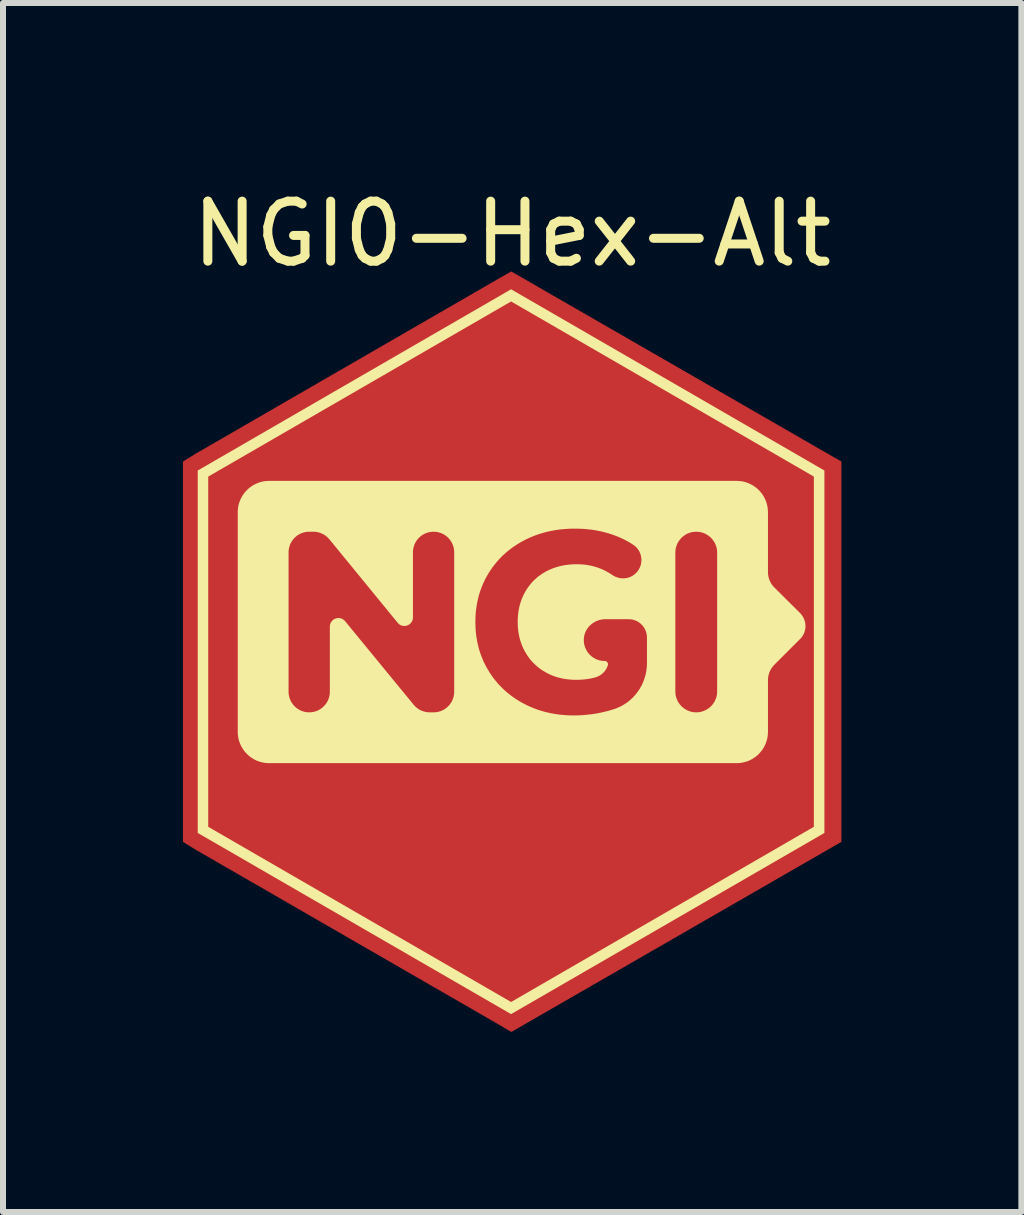
<source format=kicad_pcb>
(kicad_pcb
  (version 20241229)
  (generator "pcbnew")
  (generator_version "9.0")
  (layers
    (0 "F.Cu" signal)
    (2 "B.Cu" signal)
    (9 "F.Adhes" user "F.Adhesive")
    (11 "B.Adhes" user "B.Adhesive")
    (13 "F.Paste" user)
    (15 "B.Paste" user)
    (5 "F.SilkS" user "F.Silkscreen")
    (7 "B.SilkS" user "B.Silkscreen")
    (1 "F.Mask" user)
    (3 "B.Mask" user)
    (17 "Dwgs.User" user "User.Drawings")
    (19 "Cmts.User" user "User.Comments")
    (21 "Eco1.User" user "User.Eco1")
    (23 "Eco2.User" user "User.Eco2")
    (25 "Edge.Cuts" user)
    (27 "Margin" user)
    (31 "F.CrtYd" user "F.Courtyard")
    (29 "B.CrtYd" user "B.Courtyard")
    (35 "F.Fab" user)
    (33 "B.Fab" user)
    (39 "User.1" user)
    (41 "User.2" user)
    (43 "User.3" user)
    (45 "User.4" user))
  (footprint "NGI0-Hex-Alt"
    (layer "F.Cu")
    (at 5.486 7.848)
    (property "Reference" "NGI0-Hex-Alt" (at 0 -7 0) (unlocked yes) (layer "F.SilkS") (effects (font (size 1 1) (thickness 0.15))))
    (fp_poly (pts (xy 0.214 -6.242) (xy 5.258 -3.337) (xy 5.489 -3.205) (xy 5.489 3.135) (xy 5.259 3.267) (xy 0.215 6.172) (xy -0.012 6.303) (xy -0.236 6.172) (xy -5.272 3.267) (xy -5.486 3.135) (xy -5.486 -3.205) (xy -5.272 -3.337) (xy -0.244 -6.242) (xy -0.015 -6.373)) (stroke (width -0.000001) (type solid)) (fill yes) (layer "F.Cu"))
    (fp_poly (pts (xy -2 2.7) (xy -2.587 3.41) (xy -1.983 3.41) (xy -1.983 3.623) (xy -2.936 3.623) (xy -2.936 3.452) (xy -2.349 2.742) (xy -2.919 2.742) (xy -2.919 2.529) (xy -2 2.529)) (stroke (width -0.000001) (type solid)) (fill yes) (layer "F.Mask"))
    (fp_poly (pts (xy -0.496 2.742) (xy -0.975 2.742) (xy -0.975 2.946) (xy -0.525 2.946) (xy -0.525 3.159) (xy -0.975 3.159) (xy -0.975 3.41) (xy -0.48 3.41) (xy -0.48 3.623) (xy -1.257 3.623) (xy -1.257 2.529) (xy -0.496 2.529)) (stroke (width -0.000001) (type solid)) (fill yes) (layer "F.Mask"))
    (fp_poly (pts (xy 0.747 2.53) (xy 0.772 2.53) (xy 0.797 2.532) (xy 0.821 2.534) (xy 0.844 2.536) (xy 0.866 2.54) (xy 0.887 2.543) (xy 0.907 2.547) (xy 0.927 2.552) (xy 0.945 2.558) (xy 0.963 2.564) (xy 0.979 2.57) (xy 0.995 2.577) (xy 1.01 2.585) (xy 1.024 2.593) (xy 1.037 2.602) (xy 1.043 2.606) (xy 1.049 2.611) (xy 1.055 2.616) (xy 1.06 2.621) (xy 1.066 2.627) (xy 1.071 2.632) (xy 1.076 2.638) (xy 1.081 2.643) (xy 1.085 2.649) (xy 1.09 2.655) (xy 1.094 2.662) (xy 1.098 2.668) (xy 1.102 2.675) (xy 1.106 2.681) (xy 1.112 2.695) (xy 1.118 2.71) (xy 1.123 2.725) (xy 1.128 2.741) (xy 1.131 2.758) (xy 1.134 2.775) (xy 1.136 2.793) (xy 1.137 2.812) (xy 1.138 2.831) (xy 1.137 2.844) (xy 1.137 2.858) (xy 1.136 2.87) (xy 1.134 2.883) (xy 1.132 2.895) (xy 1.13 2.907) (xy 1.128 2.919) (xy 1.124 2.93) (xy 1.121 2.941) (xy 1.117 2.951) (xy 1.113 2.962) (xy 1.108 2.972) (xy 1.103 2.982) (xy 1.097 2.991) (xy 1.091 3) (xy 1.085 3.009) (xy 1.078 3.018) (xy 1.071 3.026) (xy 1.064 3.034) (xy 1.056 3.042) (xy 1.047 3.049) (xy 1.038 3.056) (xy 1.029 3.063) (xy 1.02 3.069) (xy 1.009 3.076) (xy 0.999 3.082) (xy 0.988 3.087) (xy 0.977 3.093) (xy 0.965 3.098) (xy 0.953 3.103) (xy 0.94 3.107) (xy 0.927 3.112) (xy 0.935 3.113) (xy 0.942 3.115) (xy 0.949 3.118) (xy 0.956 3.12) (xy 0.962 3.123) (xy 0.969 3.126) (xy 0.976 3.13) (xy 0.982 3.133) (xy 0.989 3.137) (xy 0.995 3.141) (xy 1.001 3.146) (xy 1.007 3.15) (xy 1.013 3.155) (xy 1.019 3.16) (xy 1.025 3.166) (xy 1.031 3.172) (xy 1.036 3.178) (xy 1.042 3.184) (xy 1.048 3.191) (xy 1.054 3.198) (xy 1.06 3.205) (xy 1.065 3.213) (xy 1.071 3.221) (xy 1.077 3.23) (xy 1.083 3.239) (xy 1.089 3.248) (xy 1.094 3.258) (xy 1.1 3.268) (xy 1.106 3.279) (xy 1.112 3.289) (xy 1.118 3.301) (xy 1.124 3.312) (xy 1.277 3.623) (xy 0.976 3.623) (xy 0.843 3.351) (xy 0.838 3.341) (xy 0.833 3.331) (xy 0.828 3.322) (xy 0.823 3.313) (xy 0.818 3.305) (xy 0.813 3.297) (xy 0.808 3.289) (xy 0.803 3.282) (xy 0.797 3.275) (xy 0.792 3.269) (xy 0.787 3.263) (xy 0.782 3.257) (xy 0.777 3.252) (xy 0.772 3.247) (xy 0.766 3.243) (xy 0.761 3.239) (xy 0.756 3.235) (xy 0.75 3.232) (xy 0.745 3.229) (xy 0.739 3.226) (xy 0.733 3.223) (xy 0.726 3.221) (xy 0.72 3.219) (xy 0.713 3.217) (xy 0.706 3.215) (xy 0.699 3.213) (xy 0.692 3.212) (xy 0.684 3.211) (xy 0.676 3.21) (xy 0.668 3.209) (xy 0.66 3.209) (xy 0.651 3.209) (xy 0.571 3.209) (xy 0.571 3.623) (xy 0.289 3.623) (xy 0.289 3.014) (xy 0.571 3.014) (xy 0.69 3.014) (xy 0.701 3.014) (xy 0.711 3.014) (xy 0.722 3.013) (xy 0.731 3.012) (xy 0.741 3.011) (xy 0.749 3.01) (xy 0.758 3.008) (xy 0.766 3.006) (xy 0.774 3.004) (xy 0.781 3.001) (xy 0.788 2.999) (xy 0.795 2.996) (xy 0.801 2.992) (xy 0.807 2.989) (xy 0.812 2.985) (xy 0.817 2.981) (xy 0.822 2.977) (xy 0.826 2.972) (xy 0.83 2.967) (xy 0.834 2.962) (xy 0.837 2.956) (xy 0.84 2.951) (xy 0.843 2.944) (xy 0.846 2.938) (xy 0.848 2.931) (xy 0.85 2.923) (xy 0.852 2.916) (xy 0.853 2.908) (xy 0.854 2.9) (xy 0.855 2.891) (xy 0.855 2.882) (xy 0.856 2.873) (xy 0.855 2.864) (xy 0.855 2.855) (xy 0.854 2.846) (xy 0.853 2.838) (xy 0.852 2.83) (xy 0.85 2.823) (xy 0.848 2.816) (xy 0.846 2.809) (xy 0.843 2.802) (xy 0.84 2.796) (xy 0.837 2.79) (xy 0.834 2.785) (xy 0.83 2.779) (xy 0.826 2.775) (xy 0.822 2.77) (xy 0.817 2.766) (xy 0.812 2.762) (xy 0.807 2.758) (xy 0.801 2.755) (xy 0.795 2.752) (xy 0.788 2.749) (xy 0.781 2.746) (xy 0.774 2.744) (xy 0.766 2.742) (xy 0.758 2.74) (xy 0.749 2.738) (xy 0.741 2.737) (xy 0.731 2.736) (xy 0.722 2.735) (xy 0.711 2.734) (xy 0.701 2.734) (xy 0.69 2.734) (xy 0.571 2.734) (xy 0.571 3.014) (xy 0.289 3.014) (xy 0.289 2.529) (xy 0.72 2.529)) (stroke (width -0.000001) (type solid)) (fill yes) (layer "F.Mask"))
    (fp_poly (pts (xy 2.497 2.51) (xy 2.529 2.512) (xy 2.56 2.515) (xy 2.589 2.519) (xy 2.618 2.524) (xy 2.646 2.531) (xy 2.674 2.538) (xy 2.7 2.547) (xy 2.725 2.557) (xy 2.75 2.569) (xy 2.773 2.581) (xy 2.796 2.594) (xy 2.818 2.609) (xy 2.839 2.625) (xy 2.859 2.642) (xy 2.878 2.66) (xy 2.896 2.68) (xy 2.913 2.7) (xy 2.929 2.721) (xy 2.943 2.743) (xy 2.957 2.766) (xy 2.969 2.79) (xy 2.98 2.814) (xy 2.99 2.84) (xy 2.999 2.867) (xy 3.006 2.894) (xy 3.013 2.922) (xy 3.018 2.951) (xy 3.022 2.982) (xy 3.025 3.013) (xy 3.027 3.044) (xy 3.027 3.077) (xy 3.027 3.11) (xy 3.025 3.142) (xy 3.022 3.173) (xy 3.018 3.203) (xy 3.013 3.232) (xy 3.006 3.26) (xy 2.999 3.287) (xy 2.99 3.314) (xy 2.98 3.339) (xy 2.969 3.364) (xy 2.957 3.388) (xy 2.943 3.411) (xy 2.929 3.433) (xy 2.913 3.454) (xy 2.896 3.474) (xy 2.878 3.493) (xy 2.859 3.511) (xy 2.839 3.529) (xy 2.818 3.544) (xy 2.796 3.559) (xy 2.773 3.573) (xy 2.75 3.585) (xy 2.725 3.596) (xy 2.7 3.606) (xy 2.674 3.615) (xy 2.646 3.623) (xy 2.618 3.629) (xy 2.589 3.635) (xy 2.56 3.639) (xy 2.529 3.642) (xy 2.497 3.643) (xy 2.465 3.644) (xy 2.432 3.643) (xy 2.401 3.642) (xy 2.37 3.639) (xy 2.34 3.635) (xy 2.311 3.629) (xy 2.283 3.623) (xy 2.256 3.615) (xy 2.23 3.606) (xy 2.205 3.596) (xy 2.18 3.585) (xy 2.157 3.573) (xy 2.134 3.559) (xy 2.112 3.544) (xy 2.091 3.529) (xy 2.071 3.511) (xy 2.052 3.493) (xy 2.034 3.474) (xy 2.017 3.454) (xy 2.001 3.433) (xy 1.986 3.411) (xy 1.973 3.388) (xy 1.961 3.364) (xy 1.95 3.339) (xy 1.94 3.314) (xy 1.931 3.287) (xy 1.923 3.26) (xy 1.917 3.232) (xy 1.912 3.203) (xy 1.907 3.173) (xy 1.905 3.142) (xy 1.903 3.11) (xy 1.902 3.077) (xy 2.194 3.077) (xy 2.194 3.098) (xy 2.195 3.119) (xy 2.196 3.139) (xy 2.198 3.158) (xy 2.201 3.177) (xy 2.204 3.195) (xy 2.207 3.213) (xy 2.212 3.23) (xy 2.216 3.246) (xy 2.221 3.262) (xy 2.227 3.277) (xy 2.234 3.292) (xy 2.241 3.306) (xy 2.248 3.32) (xy 2.256 3.332) (xy 2.265 3.345) (xy 2.274 3.356) (xy 2.283 3.367) (xy 2.293 3.377) (xy 2.304 3.386) (xy 2.315 3.395) (xy 2.326 3.403) (xy 2.338 3.41) (xy 2.35 3.416) (xy 2.363 3.422) (xy 2.376 3.426) (xy 2.39 3.43) (xy 2.404 3.434) (xy 2.418 3.436) (xy 2.433 3.438) (xy 2.449 3.439) (xy 2.465 3.44) (xy 2.481 3.439) (xy 2.496 3.438) (xy 2.511 3.436) (xy 2.526 3.434) (xy 2.54 3.43) (xy 2.554 3.426) (xy 2.567 3.422) (xy 2.58 3.416) (xy 2.592 3.41) (xy 2.604 3.403) (xy 2.615 3.395) (xy 2.626 3.386) (xy 2.637 3.377) (xy 2.647 3.367) (xy 2.656 3.356) (xy 2.665 3.345) (xy 2.674 3.332) (xy 2.682 3.32) (xy 2.69 3.306) (xy 2.696 3.292) (xy 2.703 3.277) (xy 2.709 3.262) (xy 2.714 3.246) (xy 2.719 3.23) (xy 2.723 3.213) (xy 2.726 3.195) (xy 2.73 3.177) (xy 2.732 3.158) (xy 2.734 3.139) (xy 2.735 3.119) (xy 2.736 3.098) (xy 2.736 3.077) (xy 2.736 3.056) (xy 2.735 3.035) (xy 2.734 3.015) (xy 2.732 2.996) (xy 2.73 2.977) (xy 2.726 2.958) (xy 2.723 2.941) (xy 2.719 2.924) (xy 2.714 2.907) (xy 2.709 2.891) (xy 2.703 2.876) (xy 2.696 2.862) (xy 2.69 2.848) (xy 2.682 2.834) (xy 2.674 2.821) (xy 2.665 2.809) (xy 2.656 2.798) (xy 2.647 2.787) (xy 2.637 2.777) (xy 2.626 2.767) (xy 2.615 2.759) (xy 2.604 2.751) (xy 2.592 2.744) (xy 2.58 2.738) (xy 2.567 2.732) (xy 2.554 2.727) (xy 2.54 2.723) (xy 2.526 2.72) (xy 2.511 2.717) (xy 2.496 2.715) (xy 2.481 2.714) (xy 2.465 2.714) (xy 2.449 2.714) (xy 2.433 2.715) (xy 2.418 2.717) (xy 2.404 2.72) (xy 2.39 2.723) (xy 2.376 2.727) (xy 2.363 2.732) (xy 2.35 2.738) (xy 2.338 2.744) (xy 2.326 2.751) (xy 2.315 2.759) (xy 2.304 2.767) (xy 2.293 2.777) (xy 2.283 2.787) (xy 2.274 2.798) (xy 2.265 2.809) (xy 2.256 2.821) (xy 2.248 2.834) (xy 2.241 2.848) (xy 2.234 2.862) (xy 2.227 2.876) (xy 2.221 2.891) (xy 2.216 2.907) (xy 2.212 2.924) (xy 2.207 2.941) (xy 2.204 2.958) (xy 2.201 2.977) (xy 2.198 2.996) (xy 2.196 3.015) (xy 2.195 3.035) (xy 2.194 3.056) (xy 2.194 3.077) (xy 1.902 3.077) (xy 1.903 3.044) (xy 1.905 3.013) (xy 1.907 2.982) (xy 1.912 2.951) (xy 1.917 2.922) (xy 1.923 2.894) (xy 1.931 2.867) (xy 1.94 2.84) (xy 1.95 2.814) (xy 1.961 2.79) (xy 1.973 2.766) (xy 1.986 2.743) (xy 2.001 2.721) (xy 2.017 2.7) (xy 2.034 2.68) (xy 2.052 2.66) (xy 2.071 2.642) (xy 2.091 2.625) (xy 2.112 2.609) (xy 2.134 2.594) (xy 2.157 2.581) (xy 2.18 2.569) (xy 2.205 2.557) (xy 2.23 2.547) (xy 2.256 2.538) (xy 2.283 2.531) (xy 2.311 2.524) (xy 2.34 2.519) (xy 2.37 2.515) (xy 2.401 2.512) (xy 2.432 2.51) (xy 2.465 2.51)) (stroke (width -0.000001) (type solid)) (fill yes) (layer "F.Mask"))
    (fp_poly (pts (xy 5.206 -3.055) (xy 5.206 2.986) (xy -0.017 6.006) (xy -5.24 2.986) (xy -5.24 -2.954) (xy -5.065 -2.954) (xy -5.065 2.884) (xy -0.017 5.804) (xy 5.03 2.884) (xy 5.03 -2.954) (xy -0.017 -5.873) (xy -5.065 -2.954) (xy -5.24 -2.954) (xy -5.24 -3.055) (xy -0.017 -6.076)) (stroke (width -0.000001) (type solid)) (fill yes) (layer "F.SilkS"))
    (fp_poly (pts (xy 3.77 -2.881) (xy 3.796 -2.879) (xy 3.822 -2.876) (xy 3.848 -2.872) (xy 3.873 -2.866) (xy 3.898 -2.859) (xy 3.922 -2.85) (xy 3.946 -2.841) (xy 3.969 -2.83) (xy 3.991 -2.819) (xy 4.013 -2.806) (xy 4.034 -2.793) (xy 4.055 -2.778) (xy 4.075 -2.763) (xy 4.094 -2.746) (xy 4.112 -2.729) (xy 4.129 -2.711) (xy 4.145 -2.692) (xy 4.161 -2.672) (xy 4.176 -2.652) (xy 4.189 -2.63) (xy 4.202 -2.608) (xy 4.213 -2.586) (xy 4.224 -2.563) (xy 4.233 -2.539) (xy 4.241 -2.515) (xy 4.249 -2.49) (xy 4.254 -2.465) (xy 4.259 -2.439) (xy 4.262 -2.413) (xy 4.264 -2.387) (xy 4.265 -2.36) (xy 4.265 -1.361) (xy 4.265 -1.343) (xy 4.267 -1.325) (xy 4.269 -1.308) (xy 4.272 -1.29) (xy 4.276 -1.273) (xy 4.281 -1.256) (xy 4.286 -1.239) (xy 4.293 -1.223) (xy 4.3 -1.207) (xy 4.308 -1.191) (xy 4.316 -1.175) (xy 4.326 -1.16) (xy 4.336 -1.146) (xy 4.347 -1.132) (xy 4.359 -1.118) (xy 4.371 -1.106) (xy 4.799 -0.68) (xy 4.81 -0.668) (xy 4.821 -0.656) (xy 4.83 -0.644) (xy 4.839 -0.632) (xy 4.847 -0.619) (xy 4.854 -0.605) (xy 4.861 -0.592) (xy 4.867 -0.578) (xy 4.872 -0.564) (xy 4.877 -0.55) (xy 4.881 -0.536) (xy 4.884 -0.521) (xy 4.887 -0.507) (xy 4.888 -0.492) (xy 4.89 -0.478) (xy 4.89 -0.463) (xy 4.89 -0.448) (xy 4.889 -0.433) (xy 4.887 -0.419) (xy 4.884 -0.404) (xy 4.881 -0.39) (xy 4.877 -0.375) (xy 4.873 -0.361) (xy 4.868 -0.347) (xy 4.862 -0.334) (xy 4.855 -0.32) (xy 4.848 -0.307) (xy 4.839 -0.294) (xy 4.831 -0.281) (xy 4.821 -0.269) (xy 4.811 -0.257) (xy 4.8 -0.246) (xy 4.37 0.184) (xy 4.358 0.197) (xy 4.347 0.21) (xy 4.336 0.224) (xy 4.325 0.239) (xy 4.316 0.254) (xy 4.307 0.269) (xy 4.3 0.285) (xy 4.292 0.301) (xy 4.286 0.317) (xy 4.281 0.334) (xy 4.276 0.351) (xy 4.272 0.368) (xy 4.269 0.385) (xy 4.267 0.403) (xy 4.265 0.421) (xy 4.265 0.439) (xy 4.265 1.301) (xy 4.264 1.328) (xy 4.262 1.354) (xy 4.259 1.38) (xy 4.254 1.406) (xy 4.249 1.431) (xy 4.241 1.456) (xy 4.233 1.48) (xy 4.224 1.504) (xy 4.213 1.527) (xy 4.202 1.549) (xy 4.189 1.571) (xy 4.176 1.592) (xy 4.161 1.613) (xy 4.145 1.632) (xy 4.129 1.651) (xy 4.112 1.67) (xy 4.094 1.687) (xy 4.075 1.703) (xy 4.055 1.719) (xy 4.034 1.733) (xy 4.013 1.747) (xy 3.991 1.76) (xy 3.969 1.771) (xy 3.946 1.782) (xy 3.922 1.791) (xy 3.898 1.799) (xy 3.873 1.806) (xy 3.848 1.812) (xy 3.822 1.817) (xy 3.796 1.82) (xy 3.77 1.822) (xy 3.743 1.823) (xy -4.051 1.823) (xy -4.078 1.822) (xy -4.104 1.82) (xy -4.13 1.817) (xy -4.156 1.812) (xy -4.181 1.806) (xy -4.206 1.799) (xy -4.23 1.791) (xy -4.254 1.782) (xy -4.277 1.771) (xy -4.3 1.76) (xy -4.321 1.747) (xy -4.343 1.733) (xy -4.363 1.719) (xy -4.383 1.703) (xy -4.402 1.687) (xy -4.42 1.67) (xy -4.437 1.651) (xy -4.454 1.632) (xy -4.469 1.613) (xy -4.484 1.592) (xy -4.497 1.571) (xy -4.51 1.549) (xy -4.522 1.527) (xy -4.532 1.504) (xy -4.541 1.48) (xy -4.55 1.456) (xy -4.557 1.431) (xy -4.563 1.406) (xy -4.567 1.38) (xy -4.57 1.354) (xy -4.573 1.328) (xy -4.573 1.301) (xy -4.573 -1.691) (xy -3.726 -1.691) (xy -3.726 0.632) (xy -3.726 0.649) (xy -3.724 0.667) (xy -3.722 0.684) (xy -3.719 0.701) (xy -3.715 0.718) (xy -3.71 0.734) (xy -3.705 0.75) (xy -3.699 0.765) (xy -3.692 0.781) (xy -3.684 0.796) (xy -3.676 0.81) (xy -3.667 0.824) (xy -3.658 0.837) (xy -3.647 0.85) (xy -3.637 0.863) (xy -3.625 0.875) (xy -3.613 0.886) (xy -3.601 0.897) (xy -3.588 0.907) (xy -3.574 0.917) (xy -3.56 0.926) (xy -3.546 0.934) (xy -3.531 0.942) (xy -3.516 0.949) (xy -3.5 0.955) (xy -3.484 0.96) (xy -3.468 0.965) (xy -3.451 0.969) (xy -3.434 0.972) (xy -3.417 0.974) (xy -3.4 0.975) (xy -3.382 0.976) (xy -3.364 0.975) (xy -3.347 0.974) (xy -3.33 0.972) (xy -3.313 0.969) (xy -3.296 0.965) (xy -3.28 0.96) (xy -3.264 0.955) (xy -3.248 0.949) (xy -3.233 0.942) (xy -3.218 0.934) (xy -3.203 0.926) (xy -3.19 0.917) (xy -3.176 0.907) (xy -3.163 0.897) (xy -3.151 0.886) (xy -3.139 0.875) (xy -3.127 0.863) (xy -3.116 0.85) (xy -3.106 0.837) (xy -3.097 0.824) (xy -3.088 0.81) (xy -3.079 0.796) (xy -3.072 0.781) (xy -3.065 0.765) (xy -3.059 0.75) (xy -3.053 0.734) (xy -3.049 0.718) (xy -3.045 0.701) (xy -3.042 0.684) (xy -3.04 0.667) (xy -3.038 0.649) (xy -3.038 0.632) (xy -3.038 -0.453) (xy -3.037 -0.465) (xy -3.036 -0.477) (xy -3.034 -0.488) (xy -3.03 -0.499) (xy -3.026 -0.51) (xy -3.022 -0.52) (xy -3.016 -0.529) (xy -3.01 -0.538) (xy -3.003 -0.546) (xy -2.996 -0.554) (xy -2.988 -0.561) (xy -2.98 -0.568) (xy -2.971 -0.574) (xy -2.962 -0.579) (xy -2.953 -0.583) (xy -2.943 -0.587) (xy -2.933 -0.591) (xy -2.923 -0.593) (xy -2.912 -0.595) (xy -2.902 -0.596) (xy -2.891 -0.596) (xy -2.881 -0.595) (xy -2.87 -0.594) (xy -2.86 -0.592) (xy -2.849 -0.589) (xy -2.839 -0.585) (xy -2.829 -0.581) (xy -2.82 -0.575) (xy -2.81 -0.568) (xy -2.801 -0.561) (xy -2.793 -0.553) (xy -2.784 -0.544) (xy -1.64 0.85) (xy -1.627 0.864) (xy -1.614 0.878) (xy -1.6 0.891) (xy -1.585 0.903) (xy -1.57 0.914) (xy -1.554 0.925) (xy -1.538 0.934) (xy -1.521 0.943) (xy -1.504 0.95) (xy -1.486 0.957) (xy -1.468 0.962) (xy -1.45 0.967) (xy -1.431 0.971) (xy -1.412 0.973) (xy -1.393 0.975) (xy -1.374 0.976) (xy -1.309 0.976) (xy -1.291 0.975) (xy -1.274 0.974) (xy -1.256 0.972) (xy -1.239 0.969) (xy -1.223 0.965) (xy -1.206 0.96) (xy -1.19 0.955) (xy -1.175 0.949) (xy -1.16 0.942) (xy -1.145 0.934) (xy -1.13 0.926) (xy -1.116 0.917) (xy -1.103 0.907) (xy -1.09 0.897) (xy -1.077 0.886) (xy -1.066 0.875) (xy -1.054 0.863) (xy -1.043 0.85) (xy -1.033 0.837) (xy -1.024 0.824) (xy -1.015 0.81) (xy -1.006 0.796) (xy -0.999 0.781) (xy -0.992 0.765) (xy -0.986 0.75) (xy -0.98 0.734) (xy -0.976 0.718) (xy -0.972 0.701) (xy -0.969 0.684) (xy -0.967 0.667) (xy -0.965 0.649) (xy -0.965 0.632) (xy -0.965 -0.53) (xy -0.612 -0.53) (xy -0.611 -0.474) (xy -0.609 -0.419) (xy -0.605 -0.365) (xy -0.599 -0.312) (xy -0.591 -0.259) (xy -0.582 -0.207) (xy -0.571 -0.156) (xy -0.559 -0.105) (xy -0.545 -0.056) (xy -0.529 -0.007) (xy -0.511 0.042) (xy -0.492 0.089) (xy -0.472 0.136) (xy -0.449 0.182) (xy -0.425 0.228) (xy -0.399 0.272) (xy -0.372 0.316) (xy -0.343 0.359) (xy -0.314 0.4) (xy -0.283 0.44) (xy -0.25 0.479) (xy -0.217 0.517) (xy -0.182 0.553) (xy -0.146 0.589) (xy -0.109 0.623) (xy -0.07 0.656) (xy -0.03 0.687) (xy 0.011 0.718) (xy 0.053 0.747) (xy 0.097 0.775) (xy 0.142 0.802) (xy 0.188 0.827) (xy 0.235 0.852) (xy 0.283 0.874) (xy 0.332 0.895) (xy 0.381 0.915) (xy 0.431 0.933) (xy 0.482 0.949) (xy 0.533 0.964) (xy 0.586 0.977) (xy 0.639 0.989) (xy 0.693 0.999) (xy 0.747 1.008) (xy 0.802 1.015) (xy 0.858 1.02) (xy 0.915 1.024) (xy 0.973 1.027) (xy 1.031 1.027) (xy 1.112 1.026) (xy 1.194 1.021) (xy 1.275 1.013) (xy 1.357 1.003) (xy 1.438 0.989) (xy 1.519 0.972) (xy 1.6 0.952) (xy 1.68 0.928) (xy 1.687 0.926) (xy 1.718 0.916) (xy 1.748 0.904) (xy 1.807 0.878) (xy 1.863 0.847) (xy 1.916 0.812) (xy 1.965 0.773) (xy 2.012 0.73) (xy 2.054 0.684) (xy 2.093 0.634) (xy 2.128 0.582) (xy 2.159 0.527) (xy 2.185 0.47) (xy 2.207 0.411) (xy 2.225 0.349) (xy 2.238 0.286) (xy 2.245 0.222) (xy 2.248 0.157) (xy 2.248 -0.271) (xy 2.248 -0.286) (xy 2.246 -0.302) (xy 2.244 -0.317) (xy 2.242 -0.332) (xy 2.238 -0.347) (xy 2.234 -0.362) (xy 2.229 -0.376) (xy 2.224 -0.39) (xy 2.218 -0.403) (xy 2.211 -0.417) (xy 2.204 -0.429) (xy 2.196 -0.442) (xy 2.187 -0.454) (xy 2.178 -0.465) (xy 2.168 -0.477) (xy 2.158 -0.487) (xy 2.148 -0.497) (xy 2.137 -0.507) (xy 2.125 -0.516) (xy 2.113 -0.525) (xy 2.101 -0.533) (xy 2.088 -0.54) (xy 2.074 -0.547) (xy 2.061 -0.553) (xy 2.047 -0.558) (xy 2.033 -0.563) (xy 2.018 -0.567) (xy 2.003 -0.571) (xy 1.988 -0.573) (xy 1.973 -0.575) (xy 1.957 -0.576) (xy 1.942 -0.577) (xy 1.918 -0.577) (xy 1.917 -0.577) (xy 1.915 -0.577) (xy 1.913 -0.577) (xy 1.911 -0.577) (xy 1.91 -0.577) (xy 1.909 -0.576) (xy 1.907 -0.577) (xy 1.906 -0.577) (xy 1.904 -0.577) (xy 1.902 -0.577) (xy 1.901 -0.577) (xy 1.9 -0.577) (xy 1.556 -0.577) (xy 1.538 -0.576) (xy 1.521 -0.575) (xy 1.504 -0.573) (xy 1.487 -0.57) (xy 1.471 -0.567) (xy 1.455 -0.563) (xy 1.439 -0.558) (xy 1.423 -0.552) (xy 1.407 -0.546) (xy 1.392 -0.539) (xy 1.378 -0.531) (xy 1.363 -0.523) (xy 1.35 -0.514) (xy 1.336 -0.504) (xy 1.323 -0.494) (xy 1.311 -0.484) (xy 1.299 -0.473) (xy 1.287 -0.461) (xy 1.276 -0.449) (xy 1.266 -0.436) (xy 1.256 -0.423) (xy 1.247 -0.409) (xy 1.239 -0.395) (xy 1.231 -0.381) (xy 1.224 -0.366) (xy 1.218 -0.35) (xy 1.212 -0.335) (xy 1.207 -0.319) (xy 1.203 -0.302) (xy 1.2 -0.286) (xy 1.198 -0.269) (xy 1.196 -0.252) (xy 1.195 -0.233) (xy 1.196 -0.214) (xy 1.197 -0.196) (xy 1.199 -0.177) (xy 1.202 -0.16) (xy 1.206 -0.142) (xy 1.211 -0.125) (xy 1.217 -0.108) (xy 1.223 -0.092) (xy 1.231 -0.076) (xy 1.239 -0.06) (xy 1.248 -0.045) (xy 1.257 -0.03) (xy 1.267 -0.016) (xy 1.278 -0.003) (xy 1.29 0.01) (xy 1.302 0.022) (xy 1.315 0.034) (xy 1.328 0.045) (xy 1.342 0.056) (xy 1.357 0.065) (xy 1.372 0.074) (xy 1.387 0.083) (xy 1.403 0.09) (xy 1.419 0.097) (xy 1.436 0.103) (xy 1.453 0.108) (xy 1.471 0.112) (xy 1.489 0.115) (xy 1.507 0.118) (xy 1.525 0.119) (xy 1.544 0.12) (xy 1.547 0.12) (xy 1.55 0.12) (xy 1.554 0.121) (xy 1.557 0.121) (xy 1.56 0.122) (xy 1.563 0.123) (xy 1.566 0.124) (xy 1.569 0.126) (xy 1.572 0.127) (xy 1.574 0.129) (xy 1.577 0.131) (xy 1.579 0.133) (xy 1.582 0.135) (xy 1.584 0.137) (xy 1.586 0.14) (xy 1.588 0.142) (xy 1.59 0.145) (xy 1.591 0.147) (xy 1.593 0.15) (xy 1.594 0.153) (xy 1.595 0.156) (xy 1.596 0.159) (xy 1.597 0.162) (xy 1.598 0.165) (xy 1.598 0.168) (xy 1.599 0.171) (xy 1.599 0.174) (xy 1.599 0.177) (xy 1.598 0.181) (xy 1.598 0.184) (xy 1.597 0.187) (xy 1.596 0.19) (xy 1.59 0.209) (xy 1.582 0.226) (xy 1.574 0.244) (xy 1.564 0.26) (xy 1.554 0.276) (xy 1.542 0.291) (xy 1.53 0.306) (xy 1.516 0.319) (xy 1.502 0.332) (xy 1.487 0.344) (xy 1.471 0.355) (xy 1.455 0.365) (xy 1.437 0.374) (xy 1.419 0.382) (xy 1.401 0.389) (xy 1.381 0.395) (xy 1.344 0.404) (xy 1.307 0.412) (xy 1.269 0.419) (xy 1.23 0.424) (xy 1.191 0.428) (xy 1.151 0.431) (xy 1.11 0.433) (xy 1.069 0.434) (xy 1.034 0.433) (xy 0.999 0.432) (xy 0.965 0.429) (xy 0.931 0.426) (xy 0.898 0.422) (xy 0.865 0.417) (xy 0.833 0.41) (xy 0.801 0.403) (xy 0.77 0.395) (xy 0.739 0.386) (xy 0.709 0.376) (xy 0.679 0.365) (xy 0.649 0.353) (xy 0.62 0.34) (xy 0.592 0.326) (xy 0.564 0.311) (xy 0.537 0.295) (xy 0.51 0.279) (xy 0.484 0.262) (xy 0.459 0.244) (xy 0.435 0.225) (xy 0.412 0.206) (xy 0.389 0.185) (xy 0.367 0.164) (xy 0.346 0.143) (xy 0.325 0.12) (xy 0.305 0.097) (xy 0.286 0.073) (xy 0.268 0.048) (xy 0.251 0.023) (xy 0.234 -0.004) (xy 0.218 -0.031) (xy 0.203 -0.058) (xy 0.189 -0.087) (xy 0.176 -0.115) (xy 0.163 -0.144) (xy 0.152 -0.174) (xy 0.142 -0.204) (xy 0.133 -0.234) (xy 0.124 -0.265) (xy 0.117 -0.297) (xy 0.111 -0.328) (xy 0.105 -0.361) (xy 0.101 -0.394) (xy 0.098 -0.427) (xy 0.095 -0.461) (xy 0.094 -0.495) (xy 0.093 -0.53) (xy 0.094 -0.565) (xy 0.095 -0.6) (xy 0.098 -0.634) (xy 0.101 -0.667) (xy 0.105 -0.701) (xy 0.111 -0.733) (xy 0.117 -0.766) (xy 0.124 -0.797) (xy 0.133 -0.829) (xy 0.142 -0.859) (xy 0.152 -0.889) (xy 0.163 -0.919) (xy 0.176 -0.948) (xy 0.189 -0.977) (xy 0.203 -1.005) (xy 0.218 -1.033) (xy 0.234 -1.06) (xy 0.251 -1.086) (xy 0.268 -1.112) (xy 0.287 -1.136) (xy 0.306 -1.16) (xy 0.325 -1.183) (xy 0.346 -1.206) (xy 0.367 -1.227) (xy 0.39 -1.248) (xy 0.412 -1.268) (xy 0.436 -1.288) (xy 0.461 -1.306) (xy 0.486 -1.324) (xy 0.512 -1.341) (xy 0.539 -1.357) (xy 0.566 -1.373) (xy 0.594 -1.387) (xy 0.623 -1.401) (xy 0.652 -1.413) (xy 0.682 -1.425) (xy 0.712 -1.436) (xy 0.743 -1.446) (xy 0.774 -1.455) (xy 0.806 -1.463) (xy 0.838 -1.47) (xy 0.871 -1.476) (xy 0.904 -1.481) (xy 0.938 -1.485) (xy 0.972 -1.489) (xy 1.007 -1.491) (xy 1.042 -1.492) (xy 1.078 -1.493) (xy 1.119 -1.492) (xy 1.16 -1.49) (xy 1.2 -1.487) (xy 1.24 -1.482) (xy 1.278 -1.475) (xy 1.317 -1.468) (xy 1.355 -1.459) (xy 1.392 -1.448) (xy 1.429 -1.436) (xy 1.465 -1.423) (xy 1.501 -1.408) (xy 1.536 -1.392) (xy 1.57 -1.374) (xy 1.604 -1.355) (xy 1.638 -1.335) (xy 1.671 -1.313) (xy 1.692 -1.3) (xy 1.714 -1.288) (xy 1.737 -1.279) (xy 1.76 -1.271) (xy 1.783 -1.265) (xy 1.807 -1.26) (xy 1.832 -1.258) (xy 1.856 -1.258) (xy 1.88 -1.259) (xy 1.904 -1.262) (xy 1.928 -1.267) (xy 1.951 -1.274) (xy 1.974 -1.283) (xy 1.996 -1.294) (xy 2.006 -1.3) (xy 2.017 -1.307) (xy 2.027 -1.314) (xy 2.037 -1.321) (xy 2.052 -1.334) (xy 2.066 -1.347) (xy 2.079 -1.361) (xy 2.091 -1.375) (xy 2.102 -1.39) (xy 2.111 -1.405) (xy 2.12 -1.421) (xy 2.128 -1.437) (xy 2.135 -1.453) (xy 2.141 -1.47) (xy 2.146 -1.487) (xy 2.15 -1.504) (xy 2.152 -1.522) (xy 2.154 -1.539) (xy 2.155 -1.557) (xy 2.155 -1.574) (xy 2.154 -1.591) (xy 2.152 -1.609) (xy 2.149 -1.626) (xy 2.145 -1.643) (xy 2.14 -1.66) (xy 2.134 -1.676) (xy 2.13 -1.686) (xy 2.721 -1.686) (xy 2.721 0.627) (xy 2.722 0.645) (xy 2.723 0.663) (xy 2.725 0.68) (xy 2.728 0.698) (xy 2.732 0.714) (xy 2.737 0.731) (xy 2.742 0.747) (xy 2.748 0.763) (xy 2.755 0.778) (xy 2.763 0.793) (xy 2.771 0.808) (xy 2.781 0.822) (xy 2.79 0.836) (xy 2.801 0.849) (xy 2.812 0.862) (xy 2.823 0.874) (xy 2.835 0.885) (xy 2.848 0.896) (xy 2.861 0.906) (xy 2.875 0.916) (xy 2.889 0.925) (xy 2.903 0.934) (xy 2.918 0.941) (xy 2.934 0.948) (xy 2.95 0.954) (xy 2.966 0.96) (xy 2.982 0.965) (xy 2.999 0.969) (xy 3.016 0.972) (xy 3.034 0.974) (xy 3.051 0.975) (xy 3.069 0.976) (xy 3.087 0.975) (xy 3.105 0.974) (xy 3.122 0.972) (xy 3.14 0.969) (xy 3.156 0.965) (xy 3.173 0.96) (xy 3.189 0.954) (xy 3.205 0.948) (xy 3.22 0.941) (xy 3.235 0.934) (xy 3.25 0.925) (xy 3.264 0.916) (xy 3.278 0.906) (xy 3.291 0.896) (xy 3.304 0.885) (xy 3.316 0.874) (xy 3.327 0.862) (xy 3.338 0.849) (xy 3.348 0.836) (xy 3.358 0.822) (xy 3.367 0.808) (xy 3.376 0.793) (xy 3.383 0.778) (xy 3.39 0.763) (xy 3.397 0.747) (xy 3.402 0.731) (xy 3.407 0.714) (xy 3.411 0.698) (xy 3.414 0.68) (xy 3.416 0.663) (xy 3.417 0.645) (xy 3.418 0.627) (xy 3.418 -1.686) (xy 3.417 -1.704) (xy 3.416 -1.722) (xy 3.414 -1.74) (xy 3.411 -1.757) (xy 3.407 -1.774) (xy 3.402 -1.79) (xy 3.397 -1.806) (xy 3.39 -1.822) (xy 3.383 -1.838) (xy 3.376 -1.853) (xy 3.367 -1.867) (xy 3.358 -1.881) (xy 3.348 -1.895) (xy 3.338 -1.908) (xy 3.327 -1.921) (xy 3.316 -1.933) (xy 3.304 -1.944) (xy 3.291 -1.955) (xy 3.278 -1.966) (xy 3.264 -1.975) (xy 3.25 -1.984) (xy 3.235 -1.993) (xy 3.22 -2.001) (xy 3.205 -2.008) (xy 3.189 -2.014) (xy 3.173 -2.019) (xy 3.156 -2.024) (xy 3.14 -2.028) (xy 3.122 -2.031) (xy 3.105 -2.033) (xy 3.087 -2.034) (xy 3.069 -2.035) (xy 3.051 -2.034) (xy 3.034 -2.033) (xy 3.016 -2.031) (xy 2.999 -2.028) (xy 2.982 -2.024) (xy 2.966 -2.019) (xy 2.95 -2.014) (xy 2.934 -2.008) (xy 2.918 -2.001) (xy 2.903 -1.993) (xy 2.889 -1.984) (xy 2.875 -1.975) (xy 2.861 -1.966) (xy 2.848 -1.955) (xy 2.835 -1.944) (xy 2.823 -1.933) (xy 2.812 -1.921) (xy 2.801 -1.908) (xy 2.79 -1.895) (xy 2.781 -1.881) (xy 2.771 -1.867) (xy 2.763 -1.853) (xy 2.755 -1.838) (xy 2.748 -1.822) (xy 2.742 -1.806) (xy 2.737 -1.79) (xy 2.732 -1.774) (xy 2.728 -1.757) (xy 2.725 -1.74) (xy 2.723 -1.722) (xy 2.722 -1.704) (xy 2.721 -1.686) (xy 2.13 -1.686) (xy 2.127 -1.692) (xy 2.12 -1.708) (xy 2.111 -1.723) (xy 2.101 -1.738) (xy 2.09 -1.753) (xy 2.079 -1.766) (xy 2.066 -1.78) (xy 2.052 -1.792) (xy 2.038 -1.804) (xy 2.022 -1.815) (xy 1.992 -1.835) (xy 1.961 -1.854) (xy 1.929 -1.872) (xy 1.897 -1.89) (xy 1.864 -1.907) (xy 1.831 -1.923) (xy 1.797 -1.938) (xy 1.762 -1.953) (xy 1.721 -1.969) (xy 1.68 -1.984) (xy 1.638 -1.998) (xy 1.596 -2.011) (xy 1.553 -2.023) (xy 1.51 -2.034) (xy 1.466 -2.044) (xy 1.421 -2.053) (xy 1.376 -2.061) (xy 1.33 -2.068) (xy 1.284 -2.073) (xy 1.237 -2.078) (xy 1.189 -2.082) (xy 1.141 -2.084) (xy 1.093 -2.086) (xy 1.044 -2.086) (xy 0.985 -2.086) (xy 0.927 -2.083) (xy 0.87 -2.079) (xy 0.813 -2.074) (xy 0.757 -2.067) (xy 0.702 -2.058) (xy 0.648 -2.048) (xy 0.594 -2.036) (xy 0.541 -2.023) (xy 0.489 -2.008) (xy 0.438 -1.992) (xy 0.387 -1.974) (xy 0.337 -1.954) (xy 0.288 -1.933) (xy 0.24 -1.911) (xy 0.192 -1.886) (xy 0.145 -1.861) (xy 0.1 -1.834) (xy 0.056 -1.806) (xy 0.013 -1.777) (xy -0.028 -1.746) (xy -0.068 -1.715) (xy -0.107 -1.682) (xy -0.145 -1.648) (xy -0.181 -1.613) (xy -0.216 -1.576) (xy -0.25 -1.538) (xy -0.282 -1.499) (xy -0.314 -1.459) (xy -0.343 -1.418) (xy -0.372 -1.375) (xy -0.399 -1.332) (xy -0.425 -1.287) (xy -0.449 -1.242) (xy -0.472 -1.195) (xy -0.492 -1.149) (xy -0.511 -1.101) (xy -0.529 -1.053) (xy -0.545 -1.004) (xy -0.559 -0.954) (xy -0.571 -0.903) (xy -0.582 -0.852) (xy -0.591 -0.8) (xy -0.599 -0.747) (xy -0.605 -0.694) (xy -0.609 -0.64) (xy -0.611 -0.585) (xy -0.612 -0.53) (xy -0.965 -0.53) (xy -0.965 -1.691) (xy -0.965 -1.709) (xy -0.967 -1.726) (xy -0.969 -1.743) (xy -0.972 -1.76) (xy -0.976 -1.777) (xy -0.98 -1.793) (xy -0.986 -1.809) (xy -0.992 -1.825) (xy -0.999 -1.84) (xy -1.006 -1.855) (xy -1.015 -1.869) (xy -1.024 -1.883) (xy -1.033 -1.897) (xy -1.043 -1.91) (xy -1.054 -1.922) (xy -1.066 -1.934) (xy -1.077 -1.946) (xy -1.09 -1.956) (xy -1.103 -1.967) (xy -1.116 -1.976) (xy -1.13 -1.985) (xy -1.145 -1.993) (xy -1.16 -2.001) (xy -1.175 -2.008) (xy -1.19 -2.014) (xy -1.206 -2.019) (xy -1.223 -2.024) (xy -1.239 -2.028) (xy -1.256 -2.031) (xy -1.274 -2.033) (xy -1.291 -2.034) (xy -1.309 -2.035) (xy -1.327 -2.034) (xy -1.344 -2.033) (xy -1.361 -2.031) (xy -1.378 -2.028) (xy -1.395 -2.024) (xy -1.411 -2.019) (xy -1.427 -2.014) (xy -1.443 -2.008) (xy -1.458 -2.001) (xy -1.473 -1.993) (xy -1.487 -1.985) (xy -1.501 -1.976) (xy -1.515 -1.967) (xy -1.528 -1.956) (xy -1.54 -1.946) (xy -1.552 -1.934) (xy -1.564 -1.922) (xy -1.574 -1.91) (xy -1.585 -1.897) (xy -1.594 -1.883) (xy -1.603 -1.869) (xy -1.611 -1.855) (xy -1.619 -1.84) (xy -1.626 -1.825) (xy -1.632 -1.809) (xy -1.637 -1.793) (xy -1.642 -1.777) (xy -1.646 -1.76) (xy -1.649 -1.743) (xy -1.651 -1.726) (xy -1.653 -1.709) (xy -1.653 -1.691) (xy -1.653 -0.607) (xy -1.653 -0.595) (xy -1.655 -0.583) (xy -1.657 -0.572) (xy -1.66 -0.561) (xy -1.664 -0.55) (xy -1.669 -0.54) (xy -1.675 -0.531) (xy -1.681 -0.522) (xy -1.687 -0.514) (xy -1.695 -0.506) (xy -1.702 -0.499) (xy -1.711 -0.492) (xy -1.719 -0.486) (xy -1.729 -0.481) (xy -1.738 -0.477) (xy -1.748 -0.473) (xy -1.758 -0.47) (xy -1.768 -0.467) (xy -1.778 -0.465) (xy -1.789 -0.464) (xy -1.799 -0.464) (xy -1.81 -0.465) (xy -1.821 -0.466) (xy -1.831 -0.468) (xy -1.841 -0.471) (xy -1.852 -0.475) (xy -1.862 -0.48) (xy -1.871 -0.485) (xy -1.881 -0.492) (xy -1.89 -0.499) (xy -1.898 -0.508) (xy -1.907 -0.517) (xy -3.046 -1.909) (xy -3.059 -1.923) (xy -3.072 -1.937) (xy -3.086 -1.95) (xy -3.101 -1.962) (xy -3.116 -1.973) (xy -3.132 -1.984) (xy -3.148 -1.993) (xy -3.165 -2.002) (xy -3.183 -2.009) (xy -3.2 -2.016) (xy -3.218 -2.022) (xy -3.237 -2.026) (xy -3.255 -2.03) (xy -3.274 -2.033) (xy -3.293 -2.034) (xy -3.313 -2.035) (xy -3.382 -2.035) (xy -3.4 -2.034) (xy -3.417 -2.033) (xy -3.434 -2.031) (xy -3.451 -2.028) (xy -3.468 -2.024) (xy -3.484 -2.019) (xy -3.5 -2.014) (xy -3.516 -2.008) (xy -3.531 -2.001) (xy -3.546 -1.993) (xy -3.56 -1.985) (xy -3.574 -1.976) (xy -3.588 -1.967) (xy -3.601 -1.956) (xy -3.613 -1.946) (xy -3.625 -1.934) (xy -3.637 -1.922) (xy -3.647 -1.91) (xy -3.658 -1.897) (xy -3.667 -1.883) (xy -3.676 -1.869) (xy -3.684 -1.855) (xy -3.692 -1.84) (xy -3.699 -1.825) (xy -3.705 -1.809) (xy -3.71 -1.793) (xy -3.715 -1.777) (xy -3.719 -1.76) (xy -3.722 -1.743) (xy -3.724 -1.726) (xy -3.726 -1.709) (xy -3.726 -1.691) (xy -4.573 -1.691) (xy -4.573 -2.36) (xy -4.573 -2.387) (xy -4.57 -2.413) (xy -4.567 -2.439) (xy -4.563 -2.465) (xy -4.557 -2.49) (xy -4.55 -2.515) (xy -4.541 -2.539) (xy -4.532 -2.563) (xy -4.522 -2.586) (xy -4.51 -2.608) (xy -4.497 -2.63) (xy -4.484 -2.652) (xy -4.469 -2.672) (xy -4.454 -2.692) (xy -4.437 -2.711) (xy -4.42 -2.729) (xy -4.402 -2.746) (xy -4.383 -2.763) (xy -4.363 -2.778) (xy -4.343 -2.793) (xy -4.321 -2.806) (xy -4.3 -2.819) (xy -4.277 -2.83) (xy -4.254 -2.841) (xy -4.23 -2.85) (xy -4.206 -2.859) (xy -4.181 -2.866) (xy -4.156 -2.872) (xy -4.13 -2.876) (xy -4.104 -2.879) (xy -4.078 -2.881) (xy -4.051 -2.882) (xy 3.743 -2.882)) (stroke (width -0.000001) (type solid)) (fill yes) (layer "F.SilkS")))
  (gr_rect
    (start -3 -3)
    (end 13.975 17.152)
    (stroke (width 0.1) (type default))
    (fill no)
    (layer "Edge.Cuts")))
</source>
